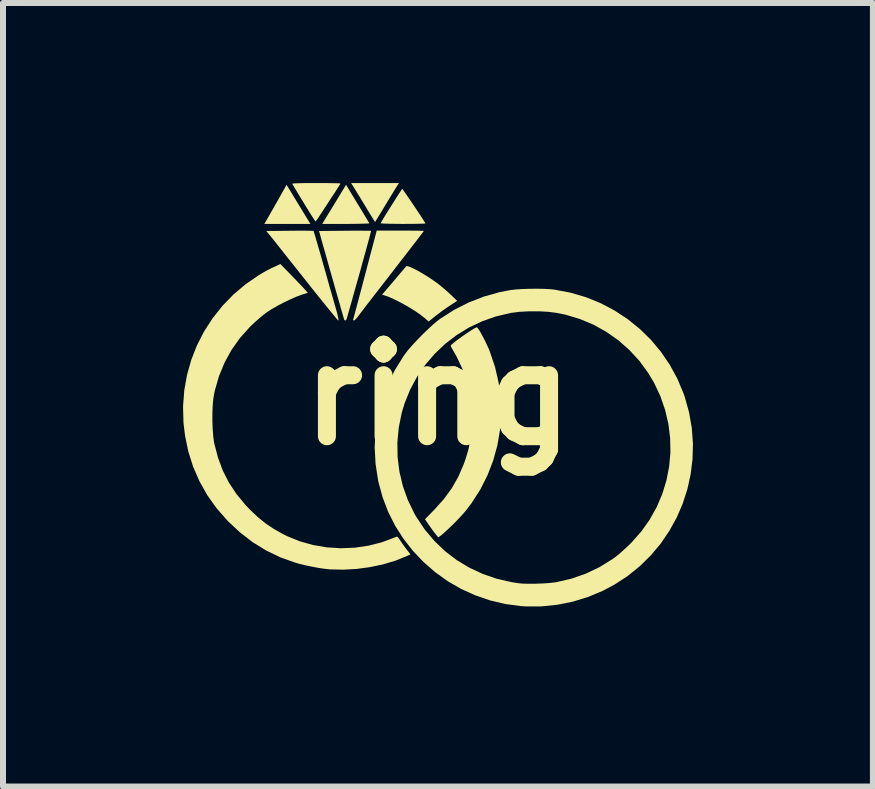
<source format=kicad_pcb>
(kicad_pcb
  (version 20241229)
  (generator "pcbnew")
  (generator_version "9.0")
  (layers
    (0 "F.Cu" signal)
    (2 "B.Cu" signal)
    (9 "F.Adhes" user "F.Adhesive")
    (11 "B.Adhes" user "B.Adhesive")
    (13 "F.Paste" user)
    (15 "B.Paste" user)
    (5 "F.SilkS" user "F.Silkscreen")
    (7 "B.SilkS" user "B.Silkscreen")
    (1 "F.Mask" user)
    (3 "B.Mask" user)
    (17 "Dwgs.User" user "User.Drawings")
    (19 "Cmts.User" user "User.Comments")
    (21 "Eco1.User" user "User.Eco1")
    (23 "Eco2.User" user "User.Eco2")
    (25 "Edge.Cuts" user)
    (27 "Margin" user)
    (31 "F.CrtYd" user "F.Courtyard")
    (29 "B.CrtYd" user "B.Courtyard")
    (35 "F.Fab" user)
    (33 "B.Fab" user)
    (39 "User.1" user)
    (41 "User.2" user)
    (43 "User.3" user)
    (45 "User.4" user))
  (footprint "ring"
    (layer "F.Cu")
    (at 4.248 3.529)
    (property "Reference" "ring" (at 0 0 0) (layer "F.SilkS") (effects (font (size 1.524 1.524) (thickness 0.3))))
    (attr board_only exclude_from_pos_files exclude_from_bom)
    (fp_poly (pts (xy -2.496 -3.455) (xy -2.481 -3.431) (xy -2.454 -3.387) (xy -2.418 -3.327) (xy -2.374 -3.255) (xy -2.326 -3.176) (xy -2.298 -3.13) (xy -2.126 -2.848) (xy -2.893 -2.848) (xy -2.867 -2.894) (xy -2.852 -2.919) (xy -2.826 -2.964) (xy -2.792 -3.025) (xy -2.75 -3.097) (xy -2.705 -3.178) (xy -2.681 -3.219) (xy -2.523 -3.499)) (stroke (width 0) (type solid)) (fill yes) (layer "F.SilkS"))
    (fp_poly (pts (xy -1.341 -3.185) (xy -1.289 -3.1) (xy -1.243 -3.024) (xy -1.203 -2.958) (xy -1.172 -2.906) (xy -1.151 -2.872) (xy -1.143 -2.859) (xy -1.155 -2.856) (xy -1.191 -2.854) (xy -1.249 -2.852) (xy -1.323 -2.85) (xy -1.412 -2.849) (xy -1.512 -2.848) (xy -1.534 -2.848) (xy -1.929 -2.848) (xy -1.838 -2.998) (xy -1.794 -3.069) (xy -1.743 -3.154) (xy -1.689 -3.241) (xy -1.641 -3.321) (xy -1.639 -3.324) (xy -1.532 -3.5)) (stroke (width 0) (type solid)) (fill yes) (layer "F.SilkS"))
    (fp_poly (pts (xy -0.675 -3.491) (xy -0.689 -3.469) (xy -0.716 -3.426) (xy -0.751 -3.368) (xy -0.795 -3.297) (xy -0.843 -3.218) (xy -0.873 -3.168) (xy -0.921 -3.088) (xy -0.964 -3.017) (xy -1.001 -2.957) (xy -1.028 -2.913) (xy -1.044 -2.886) (xy -1.048 -2.88) (xy -1.055 -2.89) (xy -1.074 -2.919) (xy -1.101 -2.963) (xy -1.127 -3.005) (xy -1.18 -3.092) (xy -1.233 -3.18) (xy -1.284 -3.264) (xy -1.331 -3.341) (xy -1.372 -3.407) (xy -1.403 -3.458) (xy -1.424 -3.491) (xy -1.428 -3.498) (xy -1.448 -3.529) (xy -0.65 -3.529)) (stroke (width 0) (type solid)) (fill yes) (layer "F.SilkS"))
    (fp_poly (pts (xy -0.587 -3.421) (xy -0.565 -3.391) (xy -0.533 -3.345) (xy -0.493 -3.287) (xy -0.448 -3.221) (xy -0.401 -3.151) (xy -0.354 -3.081) (xy -0.309 -3.014) (xy -0.27 -2.954) (xy -0.238 -2.905) (xy -0.217 -2.871) (xy -0.208 -2.856) (xy -0.208 -2.855) (xy -0.222 -2.854) (xy -0.259 -2.852) (xy -0.317 -2.851) (xy -0.393 -2.849) (xy -0.481 -2.849) (xy -0.58 -2.848) (xy -0.585 -2.848) (xy -0.683 -2.849) (xy -0.772 -2.85) (xy -0.847 -2.852) (xy -0.905 -2.854) (xy -0.943 -2.857) (xy -0.956 -2.859) (xy -0.956 -2.86) (xy -0.946 -2.878) (xy -0.924 -2.915) (xy -0.893 -2.967) (xy -0.855 -3.029) (xy -0.812 -3.097) (xy -0.767 -3.168) (xy -0.723 -3.238) (xy -0.682 -3.303) (xy -0.646 -3.358) (xy -0.618 -3.401) (xy -0.601 -3.426) (xy -0.596 -3.432)) (stroke (width 0) (type solid)) (fill yes) (layer "F.SilkS"))
    (fp_poly (pts (xy -1.927 -3.529) (xy -1.834 -3.528) (xy -1.754 -3.527) (xy -1.69 -3.526) (xy -1.647 -3.524) (xy -1.627 -3.522) (xy -1.626 -3.522) (xy -1.633 -3.508) (xy -1.653 -3.475) (xy -1.684 -3.426) (xy -1.724 -3.364) (xy -1.77 -3.294) (xy -1.783 -3.275) (xy -1.833 -3.197) (xy -1.882 -3.122) (xy -1.926 -3.056) (xy -1.961 -3.002) (xy -1.985 -2.965) (xy -1.986 -2.963) (xy -2.012 -2.925) (xy -2.032 -2.899) (xy -2.042 -2.89) (xy -2.051 -2.902) (xy -2.072 -2.934) (xy -2.104 -2.983) (xy -2.144 -3.047) (xy -2.191 -3.123) (xy -2.237 -3.199) (xy -2.288 -3.282) (xy -2.334 -3.358) (xy -2.373 -3.423) (xy -2.403 -3.473) (xy -2.423 -3.506) (xy -2.429 -3.518) (xy -2.417 -3.521) (xy -2.381 -3.524) (xy -2.323 -3.526) (xy -2.248 -3.528) (xy -2.159 -3.529) (xy -2.059 -3.529) (xy -2.03 -3.529)) (stroke (width 0) (type solid)) (fill yes) (layer "F.SilkS"))
    (fp_poly (pts (xy -1.263 -2.735) (xy -1.194 -2.734) (xy -1.145 -2.734) (xy -1.119 -2.732) (xy -1.115 -2.732) (xy -1.118 -2.718) (xy -1.128 -2.68) (xy -1.143 -2.62) (xy -1.165 -2.54) (xy -1.191 -2.444) (xy -1.222 -2.333) (xy -1.256 -2.21) (xy -1.292 -2.078) (xy -1.331 -1.939) (xy -1.372 -1.795) (xy -1.413 -1.649) (xy -1.454 -1.503) (xy -1.495 -1.36) (xy -1.523 -1.261) (xy -1.537 -1.24) (xy -1.555 -1.241) (xy -1.564 -1.254) (xy -1.568 -1.27) (xy -1.58 -1.31) (xy -1.597 -1.371) (xy -1.62 -1.449) (xy -1.646 -1.542) (xy -1.676 -1.646) (xy -1.708 -1.758) (xy -1.741 -1.875) (xy -1.775 -1.995) (xy -1.809 -2.113) (xy -1.841 -2.228) (xy -1.871 -2.336) (xy -1.899 -2.433) (xy -1.923 -2.517) (xy -1.938 -2.571) (xy -1.982 -2.73) (xy -1.552 -2.734) (xy -1.445 -2.735) (xy -1.348 -2.735)) (stroke (width 0) (type solid)) (fill yes) (layer "F.SilkS"))
    (fp_poly (pts (xy -0.471 -2.133) (xy -0.417 -2.109) (xy -0.352 -2.076) (xy -0.278 -2.034) (xy -0.199 -1.987) (xy -0.12 -1.936) (xy -0.044 -1.883) (xy -0.016 -1.863) (xy 0.046 -1.814) (xy 0.117 -1.755) (xy 0.184 -1.696) (xy 0.209 -1.672) (xy 0.32 -1.566) (xy 0.198 -1.487) (xy 0.13 -1.441) (xy 0.054 -1.387) (xy -0.017 -1.333) (xy -0.039 -1.316) (xy -0.086 -1.278) (xy -0.124 -1.247) (xy -0.149 -1.228) (xy -0.157 -1.223) (xy -0.168 -1.232) (xy -0.193 -1.254) (xy -0.215 -1.274) (xy -0.29 -1.333) (xy -0.383 -1.398) (xy -0.489 -1.463) (xy -0.6 -1.526) (xy -0.709 -1.582) (xy -0.81 -1.628) (xy -0.879 -1.653) (xy -0.932 -1.67) (xy -0.864 -1.748) (xy -0.83 -1.789) (xy -0.783 -1.844) (xy -0.729 -1.907) (xy -0.675 -1.971) (xy -0.668 -1.98) (xy -0.621 -2.035) (xy -0.58 -2.083) (xy -0.549 -2.12) (xy -0.531 -2.141) (xy -0.529 -2.144) (xy -0.509 -2.145)) (stroke (width 0) (type solid)) (fill yes) (layer "F.SilkS"))
    (fp_poly (pts (xy -0.528 -2.737) (xy -0.436 -2.736) (xy -0.358 -2.736) (xy -0.296 -2.734) (xy -0.254 -2.733) (xy -0.237 -2.731) (xy -0.236 -2.731) (xy -0.244 -2.719) (xy -0.268 -2.687) (xy -0.306 -2.638) (xy -0.355 -2.573) (xy -0.415 -2.495) (xy -0.484 -2.406) (xy -0.56 -2.307) (xy -0.642 -2.202) (xy -0.648 -2.194) (xy -0.765 -2.043) (xy -0.866 -1.912) (xy -0.953 -1.8) (xy -1.027 -1.705) (xy -1.089 -1.625) (xy -1.14 -1.558) (xy -1.183 -1.504) (xy -1.217 -1.459) (xy -1.245 -1.422) (xy -1.268 -1.392) (xy -1.287 -1.367) (xy -1.304 -1.345) (xy -1.319 -1.324) (xy -1.324 -1.317) (xy -1.356 -1.278) (xy -1.383 -1.249) (xy -1.401 -1.237) (xy -1.401 -1.237) (xy -1.415 -1.246) (xy -1.414 -1.254) (xy -1.409 -1.27) (xy -1.398 -1.311) (xy -1.381 -1.374) (xy -1.359 -1.456) (xy -1.333 -1.554) (xy -1.303 -1.667) (xy -1.27 -1.792) (xy -1.235 -1.926) (xy -1.214 -2.004) (xy -1.021 -2.737) (xy -0.629 -2.737)) (stroke (width 0) (type solid)) (fill yes) (layer "F.SilkS"))
    (fp_poly (pts (xy -2.198 -2.735) (xy -2.136 -2.734) (xy -2.093 -2.733) (xy -2.074 -2.732) (xy -2.074 -2.731) (xy -2.069 -2.717) (xy -2.057 -2.679) (xy -2.039 -2.62) (xy -2.017 -2.542) (xy -1.99 -2.449) (xy -1.959 -2.343) (xy -1.926 -2.227) (xy -1.909 -2.165) (xy -1.872 -2.037) (xy -1.836 -1.909) (xy -1.802 -1.787) (xy -1.769 -1.674) (xy -1.741 -1.574) (xy -1.718 -1.492) (xy -1.7 -1.432) (xy -1.697 -1.421) (xy -1.677 -1.348) (xy -1.664 -1.29) (xy -1.657 -1.252) (xy -1.659 -1.237) (xy -1.659 -1.237) (xy -1.67 -1.247) (xy -1.697 -1.278) (xy -1.738 -1.327) (xy -1.791 -1.392) (xy -1.856 -1.471) (xy -1.93 -1.563) (xy -2.013 -1.666) (xy -2.102 -1.777) (xy -2.196 -1.896) (xy -2.209 -1.913) (xy -2.306 -2.034) (xy -2.398 -2.151) (xy -2.486 -2.261) (xy -2.566 -2.362) (xy -2.637 -2.452) (xy -2.698 -2.529) (xy -2.747 -2.591) (xy -2.782 -2.635) (xy -2.802 -2.659) (xy -2.803 -2.659) (xy -2.861 -2.73) (xy -2.47 -2.734) (xy -2.369 -2.735) (xy -2.277 -2.735)) (stroke (width 0) (type solid)) (fill yes) (layer "F.SilkS"))
    (fp_poly (pts (xy 0.661 -1.114) (xy 0.684 -1.081) (xy 0.714 -1.032) (xy 0.747 -0.971) (xy 0.782 -0.903) (xy 0.816 -0.832) (xy 0.847 -0.763) (xy 0.862 -0.726) (xy 0.95 -0.466) (xy 1.01 -0.204) (xy 1.044 0.06) (xy 1.052 0.324) (xy 1.033 0.586) (xy 0.989 0.844) (xy 0.919 1.097) (xy 0.824 1.342) (xy 0.704 1.579) (xy 0.559 1.805) (xy 0.462 1.932) (xy 0.42 1.981) (xy 0.365 2.041) (xy 0.302 2.107) (xy 0.236 2.173) (xy 0.171 2.235) (xy 0.113 2.289) (xy 0.066 2.33) (xy 0.047 2.345) (xy 0.004 2.375) (xy -0.041 2.319) (xy -0.072 2.28) (xy -0.11 2.227) (xy -0.148 2.173) (xy -0.152 2.168) (xy -0.217 2.073) (xy -0.056 1.908) (xy 0.1 1.734) (xy 0.231 1.554) (xy 0.339 1.364) (xy 0.428 1.158) (xy 0.459 1.071) (xy 0.504 0.922) (xy 0.535 0.779) (xy 0.555 0.63) (xy 0.566 0.479) (xy 0.563 0.246) (xy 0.535 0.014) (xy 0.482 -0.213) (xy 0.407 -0.432) (xy 0.31 -0.638) (xy 0.277 -0.695) (xy 0.248 -0.746) (xy 0.225 -0.787) (xy 0.213 -0.814) (xy 0.212 -0.821) (xy 0.227 -0.838) (xy 0.261 -0.867) (xy 0.308 -0.905) (xy 0.366 -0.947) (xy 0.428 -0.991) (xy 0.491 -1.034) (xy 0.549 -1.072) (xy 0.597 -1.102) (xy 0.632 -1.121) (xy 0.647 -1.125)) (stroke (width 0) (type solid)) (fill yes) (layer "F.SilkS"))
    (fp_poly (pts (xy -2.448 -1.997) (xy -2.387 -1.934) (xy -2.329 -1.873) (xy -2.278 -1.82) (xy -2.239 -1.779) (xy -2.219 -1.757) (xy -2.169 -1.7) (xy -2.269 -1.669) (xy -2.353 -1.638) (xy -2.452 -1.595) (xy -2.559 -1.544) (xy -2.665 -1.489) (xy -2.763 -1.433) (xy -2.846 -1.38) (xy -2.855 -1.374) (xy -2.912 -1.33) (xy -2.981 -1.273) (xy -3.053 -1.209) (xy -3.12 -1.146) (xy -3.134 -1.132) (xy -3.298 -0.949) (xy -3.439 -0.751) (xy -3.556 -0.538) (xy -3.649 -0.312) (xy -3.718 -0.073) (xy -3.732 -0.007) (xy -3.746 0.084) (xy -3.755 0.196) (xy -3.759 0.319) (xy -3.759 0.448) (xy -3.754 0.573) (xy -3.745 0.689) (xy -3.732 0.788) (xy -3.726 0.816) (xy -3.665 1.049) (xy -3.585 1.263) (xy -3.484 1.462) (xy -3.36 1.65) (xy -3.212 1.83) (xy -3.127 1.919) (xy -2.997 2.042) (xy -2.869 2.145) (xy -2.735 2.235) (xy -2.587 2.318) (xy -2.515 2.354) (xy -2.304 2.44) (xy -2.083 2.502) (xy -1.854 2.541) (xy -1.622 2.556) (xy -1.39 2.547) (xy -1.161 2.514) (xy -0.94 2.458) (xy -0.793 2.404) (xy -0.743 2.384) (xy -0.704 2.37) (xy -0.682 2.362) (xy -0.68 2.362) (xy -0.668 2.373) (xy -0.646 2.401) (xy -0.625 2.433) (xy -0.591 2.483) (xy -0.55 2.54) (xy -0.519 2.581) (xy -0.459 2.658) (xy -0.532 2.692) (xy -0.717 2.766) (xy -0.92 2.826) (xy -1.136 2.871) (xy -1.358 2.901) (xy -1.581 2.913) (xy -1.798 2.908) (xy -1.799 2.908) (xy -1.885 2.899) (xy -1.988 2.884) (xy -2.1 2.863) (xy -2.212 2.84) (xy -2.314 2.815) (xy -2.373 2.798) (xy -2.623 2.709) (xy -2.861 2.595) (xy -3.085 2.457) (xy -3.298 2.293) (xy -3.5 2.105) (xy -3.509 2.095) (xy -3.689 1.89) (xy -3.844 1.672) (xy -3.974 1.441) (xy -4.08 1.198) (xy -4.161 0.943) (xy -4.215 0.679) (xy -4.241 0.462) (xy -4.248 0.193) (xy -4.228 -0.072) (xy -4.182 -0.331) (xy -4.111 -0.583) (xy -4.016 -0.825) (xy -3.897 -1.057) (xy -3.755 -1.277) (xy -3.592 -1.482) (xy -3.408 -1.672) (xy -3.203 -1.845) (xy -2.983 -1.996) (xy -2.914 -2.037) (xy -2.838 -2.079) (xy -2.768 -2.115) (xy -2.741 -2.127) (xy -2.627 -2.18)) (stroke (width 0) (type solid)) (fill yes) (layer "F.SilkS"))
    (fp_poly (pts (xy 1.769 -1.766) (xy 1.875 -1.76) (xy 1.945 -1.752) (xy 2.21 -1.702) (xy 2.465 -1.627) (xy 2.709 -1.528) (xy 2.941 -1.406) (xy 3.159 -1.263) (xy 3.362 -1.099) (xy 3.548 -0.917) (xy 3.715 -0.717) (xy 3.862 -0.501) (xy 3.988 -0.27) (xy 4.091 -0.025) (xy 4.112 0.035) (xy 4.184 0.294) (xy 4.229 0.553) (xy 4.248 0.813) (xy 4.241 1.07) (xy 4.21 1.324) (xy 4.155 1.573) (xy 4.077 1.814) (xy 3.977 2.046) (xy 3.854 2.268) (xy 3.711 2.478) (xy 3.547 2.674) (xy 3.363 2.855) (xy 3.161 3.018) (xy 2.941 3.162) (xy 2.744 3.266) (xy 2.5 3.368) (xy 2.246 3.446) (xy 1.986 3.498) (xy 1.724 3.525) (xy 1.463 3.525) (xy 1.383 3.52) (xy 1.119 3.485) (xy 0.863 3.424) (xy 0.617 3.339) (xy 0.382 3.232) (xy 0.159 3.103) (xy -0.049 2.953) (xy -0.242 2.785) (xy -0.418 2.599) (xy -0.576 2.397) (xy -0.714 2.181) (xy -0.83 1.95) (xy -0.923 1.707) (xy -0.992 1.454) (xy -0.998 1.424) (xy -1.04 1.151) (xy -1.055 0.88) (xy -1.051 0.793) (xy -0.677 0.793) (xy -0.673 1.04) (xy -0.642 1.283) (xy -0.585 1.522) (xy -0.502 1.754) (xy -0.394 1.977) (xy -0.36 2.036) (xy -0.22 2.245) (xy -0.06 2.435) (xy 0.118 2.605) (xy 0.313 2.754) (xy 0.524 2.881) (xy 0.748 2.985) (xy 0.984 3.066) (xy 1.232 3.122) (xy 1.348 3.14) (xy 1.425 3.146) (xy 1.522 3.148) (xy 1.63 3.147) (xy 1.741 3.143) (xy 1.846 3.136) (xy 1.939 3.126) (xy 1.98 3.12) (xy 2.227 3.062) (xy 2.464 2.979) (xy 2.691 2.871) (xy 2.904 2.739) (xy 2.949 2.707) (xy 3.001 2.666) (xy 3.065 2.611) (xy 3.134 2.548) (xy 3.201 2.484) (xy 3.224 2.461) (xy 3.388 2.276) (xy 3.528 2.078) (xy 3.645 1.869) (xy 3.738 1.65) (xy 3.807 1.424) (xy 3.852 1.192) (xy 3.873 0.958) (xy 3.868 0.721) (xy 3.839 0.486) (xy 3.785 0.253) (xy 3.706 0.024) (xy 3.602 -0.198) (xy 3.505 -0.361) (xy 3.358 -0.563) (xy 3.191 -0.745) (xy 3.007 -0.908) (xy 2.806 -1.049) (xy 2.591 -1.169) (xy 2.363 -1.264) (xy 2.123 -1.336) (xy 1.987 -1.364) (xy 1.845 -1.383) (xy 1.687 -1.392) (xy 1.523 -1.392) (xy 1.364 -1.384) (xy 1.22 -1.366) (xy 1.209 -1.364) (xy 0.967 -1.307) (xy 0.736 -1.226) (xy 0.516 -1.122) (xy 0.31 -0.995) (xy 0.119 -0.849) (xy -0.055 -0.683) (xy -0.212 -0.501) (xy -0.348 -0.302) (xy -0.463 -0.089) (xy -0.555 0.137) (xy -0.605 0.302) (xy -0.654 0.547) (xy -0.677 0.793) (xy -1.051 0.793) (xy -1.043 0.612) (xy -1.003 0.349) (xy -0.936 0.091) (xy -0.842 -0.161) (xy -0.722 -0.407) (xy -0.575 -0.644) (xy -0.556 -0.671) (xy -0.504 -0.74) (xy -0.434 -0.821) (xy -0.353 -0.908) (xy -0.266 -0.998) (xy -0.176 -1.085) (xy -0.091 -1.164) (xy -0.013 -1.23) (xy 0.037 -1.268) (xy 0.269 -1.416) (xy 0.514 -1.54) (xy 0.769 -1.639) (xy 1.032 -1.712) (xy 1.206 -1.745) (xy 1.296 -1.756) (xy 1.406 -1.763) (xy 1.526 -1.767) (xy 1.65 -1.768)) (stroke (width 0) (type solid)) (fill yes) (layer "F.SilkS")))
  (gr_rect
    (start -3 -3)
    (end 11.495 10.055)
    (stroke (width 0.1) (type default))
    (fill no)
    (layer "Edge.Cuts")))
</source>
